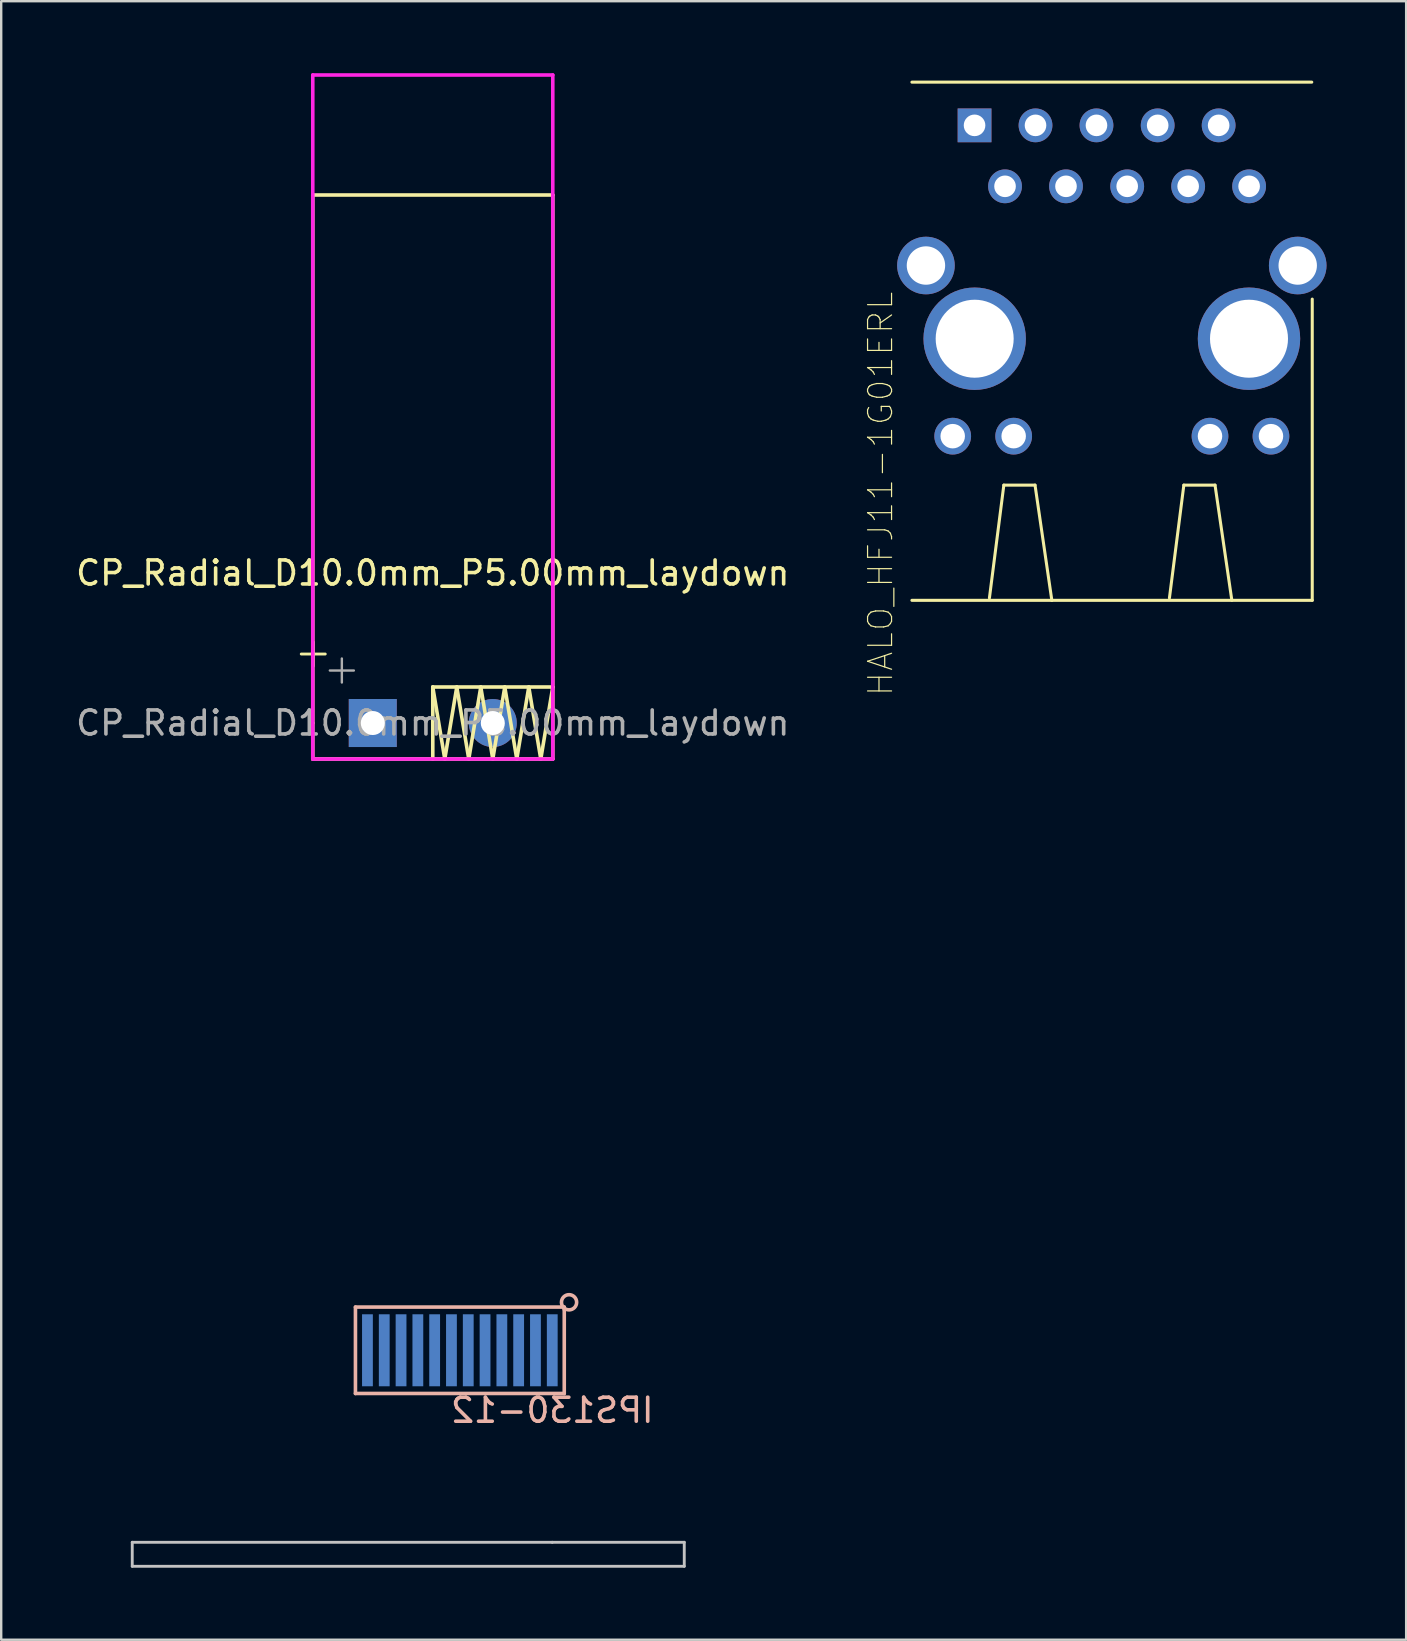
<source format=kicad_pcb>
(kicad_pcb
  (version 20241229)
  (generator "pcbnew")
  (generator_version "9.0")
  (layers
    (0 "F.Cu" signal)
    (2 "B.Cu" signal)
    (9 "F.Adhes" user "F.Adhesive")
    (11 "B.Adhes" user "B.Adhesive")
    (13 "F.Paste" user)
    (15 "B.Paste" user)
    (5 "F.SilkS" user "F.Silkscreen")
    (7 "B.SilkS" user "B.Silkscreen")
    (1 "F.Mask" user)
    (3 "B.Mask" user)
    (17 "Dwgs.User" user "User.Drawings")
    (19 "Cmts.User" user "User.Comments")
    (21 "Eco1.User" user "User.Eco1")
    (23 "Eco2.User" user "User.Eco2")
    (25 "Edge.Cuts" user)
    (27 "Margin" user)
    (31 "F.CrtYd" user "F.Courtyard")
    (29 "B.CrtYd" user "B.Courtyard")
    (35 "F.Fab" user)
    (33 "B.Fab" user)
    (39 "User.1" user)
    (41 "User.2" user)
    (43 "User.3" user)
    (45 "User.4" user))
  (footprint "IPS130-12"
    (layer "F.Cu")
    (at 19.96 51.71)
    (property "Reference" "IPS130-12" (at 0 4 0) (layer "B.SilkS") (effects (font (size 1 1) (thickness 0.15)) (justify mirror)))
    (attr through_hole)
    (fp_line (start -19.9 -20) (end -19.9 10) (stroke (width 0.12) (type solid)) (layer "F.Mask"))
    (fp_line (start -19.9 10) (end -17.5 10) (stroke (width 0.12) (type solid)) (layer "F.Mask"))
    (fp_line (start -17.5 10) (end -17.5 10.5) (stroke (width 0.12) (type solid)) (layer "F.Mask"))
    (fp_line (start -17.5 10.5) (end 5.5 10.5) (stroke (width 0.12) (type solid)) (layer "F.Mask"))
    (fp_line (start 5.5 10) (end 6 10) (stroke (width 0.12) (type solid)) (layer "F.Mask"))
    (fp_line (start 5.5 10.5) (end 5.5 10) (stroke (width 0.12) (type solid)) (layer "F.Mask"))
    (fp_line (start 6 -20) (end -19.9 -20) (stroke (width 0.12) (type solid)) (layer "F.Mask"))
    (fp_line (start 6 10) (end 6 -20) (stroke (width 0.12) (type solid)) (layer "F.Mask"))
    (fp_line (start -8.2 -0.3) (end -8.2 3.3) (stroke (width 0.15) (type solid)) (layer "B.SilkS"))
    (fp_line (start -8.2 3.3) (end 0.5 3.3) (stroke (width 0.15) (type solid)) (layer "B.SilkS"))
    (fp_line (start 0.5 -0.3) (end -8.2 -0.3) (stroke (width 0.15) (type solid)) (layer "B.SilkS"))
    (fp_line (start 0.5 -0.2) (end 0.5 -0.3) (stroke (width 0.15) (type solid)) (layer "B.SilkS"))
    (fp_line (start 0.5 3.3) (end 0.5 -0.2) (stroke (width 0.15) (type solid)) (layer "B.SilkS"))
    (fp_circle (center 0.7 -0.5) (end 0.8 -0.8) (stroke (width 0.15) (type solid)) (fill no) (layer "B.SilkS"))
    (fp_line (start -17.5 9.5) (end 0 9.5) (stroke (width 0.12) (type solid)) (layer "Dwgs.User"))
    (fp_line (start -17.5 10.5) (end -17.5 9.5) (stroke (width 0.12) (type solid)) (layer "Dwgs.User"))
    (fp_line (start 0 9.5) (end 5.5 9.5) (stroke (width 0.12) (type solid)) (layer "Dwgs.User"))
    (fp_line (start 5.5 9.5) (end 5.5 10.5) (stroke (width 0.12) (type solid)) (layer "Dwgs.User"))
    (fp_line (start 5.5 10.5) (end -17.5 10.5) (stroke (width 0.12) (type solid)) (layer "Dwgs.User"))
    (pad "1" smd rect (at 0 1.5 180) (size 0.45 3) (layers "B.Cu" "B.Mask" "B.Paste"))
    (pad "2" smd rect (at -0.7 1.5) (size 0.45 3) (layers "B.Cu" "B.Mask" "B.Paste"))
    (pad "3" smd rect (at -1.4 1.5) (size 0.45 3) (layers "B.Cu" "B.Mask" "B.Paste"))
    (pad "4" smd rect (at -2.1 1.5) (size 0.45 3) (layers "B.Cu" "B.Mask" "B.Paste"))
    (pad "5" smd rect (at -2.8 1.5) (size 0.45 3) (layers "B.Cu" "B.Mask" "B.Paste"))
    (pad "6" smd rect (at -3.5 1.5) (size 0.45 3) (layers "B.Cu" "B.Mask" "B.Paste"))
    (pad "7" smd rect (at -4.2 1.5) (size 0.45 3) (layers "B.Cu" "B.Mask" "B.Paste"))
    (pad "8" smd rect (at -4.9 1.5) (size 0.45 3) (layers "B.Cu" "B.Mask" "B.Paste"))
    (pad "9" smd rect (at -5.6 1.5) (size 0.45 3) (layers "B.Cu" "B.Mask" "B.Paste"))
    (pad "10" smd rect (at -6.3 1.5) (size 0.45 3) (layers "B.Cu" "B.Mask" "B.Paste"))
    (pad "11" smd rect (at -7 1.5) (size 0.45 3) (layers "B.Cu" "B.Mask" "B.Paste"))
    (pad "12" smd rect (at -7.7 1.5) (size 0.45 3) (layers "B.Cu" "B.Mask" "B.Paste")))
  (footprint "CP_Radial_D10.0mm_P5.00mm_laydown"
    (layer "F.Cu")
    (at 12.482 27.075)
    (property "Reference" "CP_Radial_D10.0mm_P5.00mm_laydown" (at 2.5 -6.25 0) (layer "F.SilkS") (effects (font (size 1 1) (thickness 0.15))))
    (attr through_hole)
    (fp_line (start -2.98 -2.875) (end -1.98 -2.875) (stroke (width 0.12) (type solid)) (layer "F.SilkS"))
    (fp_line (start -2.5 0) (end -2.5 -22) (stroke (width 0.15) (type solid)) (layer "F.SilkS"))
    (fp_line (start -2.5 0) (end -2.5 1.5) (stroke (width 0.15) (type solid)) (layer "F.SilkS"))
    (fp_line (start -2.5 1.5) (end 2.5 1.5) (stroke (width 0.15) (type solid)) (layer "F.SilkS"))
    (fp_line (start -2.48 -3.375) (end -2.48 -2.375) (stroke (width 0.12) (type solid)) (layer "F.SilkS"))
    (fp_line (start 2.5 -1.5) (end 3 1.5) (stroke (width 0.15) (type solid)) (layer "F.SilkS"))
    (fp_line (start 2.5 -1.5) (end 7.5 -1.5) (stroke (width 0.15) (type solid)) (layer "F.SilkS"))
    (fp_line (start 2.5 1.5) (end 2.5 -1.5) (stroke (width 0.15) (type solid)) (layer "F.SilkS"))
    (fp_line (start 3 1.5) (end 3.5 -1.5) (stroke (width 0.15) (type solid)) (layer "F.SilkS"))
    (fp_line (start 3.5 -1.5) (end 4 1.5) (stroke (width 0.15) (type solid)) (layer "F.SilkS"))
    (fp_line (start 4 1.5) (end 4.5 -1.5) (stroke (width 0.15) (type solid)) (layer "F.SilkS"))
    (fp_line (start 4.5 -1.5) (end 5 1.5) (stroke (width 0.15) (type solid)) (layer "F.SilkS"))
    (fp_line (start 5 1.5) (end 5.5 -1.5) (stroke (width 0.15) (type solid)) (layer "F.SilkS"))
    (fp_line (start 5.5 -1.5) (end 6 1.5) (stroke (width 0.15) (type solid)) (layer "F.SilkS"))
    (fp_line (start 6 1.5) (end 6.5 -1.5) (stroke (width 0.15) (type solid)) (layer "F.SilkS"))
    (fp_line (start 6.5 -1.5) (end 7 1.5) (stroke (width 0.15) (type solid)) (layer "F.SilkS"))
    (fp_line (start 7 1.5) (end 7.5 -1.5) (stroke (width 0.15) (type solid)) (layer "F.SilkS"))
    (fp_line (start 7.5 -22) (end -2.5 -22) (stroke (width 0.15) (type solid)) (layer "F.SilkS"))
    (fp_line (start 7.5 -22) (end 7.5 -1.5) (stroke (width 0.15) (type solid)) (layer "F.SilkS"))
    (fp_line (start 7.5 -1.5) (end 7.5 1.5) (stroke (width 0.15) (type solid)) (layer "F.SilkS"))
    (fp_line (start 7.5 1.5) (end 2.5 1.5) (stroke (width 0.15) (type solid)) (layer "F.SilkS"))
    (fp_line (start -2.5 -27) (end 7.5 -27) (stroke (width 0.15) (type solid)) (layer "F.CrtYd"))
    (fp_line (start -2.5 1.5) (end -2.5 -27) (stroke (width 0.15) (type solid)) (layer "F.CrtYd"))
    (fp_line (start 7.5 -27) (end 7.5 1.5) (stroke (width 0.15) (type solid)) (layer "F.CrtYd"))
    (fp_line (start 7.5 1.5) (end -2.5 1.5) (stroke (width 0.15) (type solid)) (layer "F.CrtYd"))
    (fp_line (start -1.789 -2.188) (end -0.789 -2.188) (stroke (width 0.1) (type solid)) (layer "F.Fab"))
    (fp_line (start -1.289 -2.688) (end -1.289 -1.688) (stroke (width 0.1) (type solid)) (layer "F.Fab"))
    (fp_text user "${REFERENCE}" (at 2.5 0 0) (layer "F.Fab") (effects (font (size 1 1) (thickness 0.15))))
    (pad "1" thru_hole rect (at 0 0) (size 2 2) (drill 1) (layers "*.Cu" "*.Mask"))
    (pad "2" thru_hole circle (at 5 0) (size 2 2) (drill 1) (layers "*.Cu" "*.Mask")))
  (footprint "HALO_HFJ11-1G01ERL"
    (layer "F.Cu")
    (at 43.275 11.063)
    (property "Reference" "HALO_HFJ11-1G01ERL" (at -9.638 6.462 90) (layer "F.SilkS") (effects (font (size 1 1) (thickness 0.05))))
    (attr through_hole)
    (fp_line (start -8.33 -10.69) (end 8.33 -10.69) (stroke (width 0.127) (type solid)) (layer "F.SilkS"))
    (fp_line (start -8.33 10.9) (end -2.5 10.9) (stroke (width 0.127) (type solid)) (layer "F.SilkS"))
    (fp_line (start -5.1 10.8) (end -4.5 6.1) (stroke (width 0.127) (type solid)) (layer "F.SilkS"))
    (fp_line (start -4.5 6.1) (end -3.2 6.1) (stroke (width 0.127) (type solid)) (layer "F.SilkS"))
    (fp_line (start -3.2 6.1) (end -2.5 10.9) (stroke (width 0.127) (type solid)) (layer "F.SilkS"))
    (fp_line (start -2.5 10.9) (end 8.35 10.9) (stroke (width 0.127) (type solid)) (layer "F.SilkS"))
    (fp_line (start 2.4 10.8) (end 3 6.1) (stroke (width 0.127) (type solid)) (layer "F.SilkS"))
    (fp_line (start 3 6.1) (end 4.3 6.1) (stroke (width 0.127) (type solid)) (layer "F.SilkS"))
    (fp_line (start 4.3 6.1) (end 5 10.9) (stroke (width 0.127) (type solid)) (layer "F.SilkS"))
    (fp_line (start 8.35 10.9) (end 8.35 -1.65) (stroke (width 0.127) (type solid)) (layer "F.SilkS"))
    (fp_line (start -9.3 -4.6) (end -9.3 -1.9) (stroke (width 0.127) (type solid)) (layer "Eco1.User"))
    (fp_line (start -9.3 -1.9) (end -8.8 -1.9) (stroke (width 0.127) (type solid)) (layer "Eco1.User"))
    (fp_line (start -8.8 -1.9) (end -8.8 11.3) (stroke (width 0.127) (type solid)) (layer "Eco1.User"))
    (fp_line (start -8.8 11.3) (end 8.7 11.3) (stroke (width 0.127) (type solid)) (layer "Eco1.User"))
    (fp_line (start -8.7 -11) (end -8.7 -4.6) (stroke (width 0.127) (type solid)) (layer "Eco1.User"))
    (fp_line (start -8.7 -11) (end 8.6 -11) (stroke (width 0.127) (type solid)) (layer "Eco1.User"))
    (fp_line (start -8.7 -4.6) (end -9.3 -4.6) (stroke (width 0.127) (type solid)) (layer "Eco1.User"))
    (fp_line (start 8.6 -11) (end 8.6 -4.8) (stroke (width 0.127) (type solid)) (layer "Eco1.User"))
    (fp_line (start 8.6 -4.8) (end 9.2 -4.8) (stroke (width 0.127) (type solid)) (layer "Eco1.User"))
    (fp_line (start 8.7 -1.8) (end 9.2 -1.8) (stroke (width 0.127) (type solid)) (layer "Eco1.User"))
    (fp_line (start 8.7 11.3) (end 8.7 -1.8) (stroke (width 0.127) (type solid)) (layer "Eco1.User"))
    (fp_line (start 9.2 -1.8) (end 9.2 -4.8) (stroke (width 0.127) (type solid)) (layer "Eco1.User"))
    (pad "1" thru_hole rect (at -5.72 -8.89) (size 1.408 1.408) (drill 0.9) (layers "*.Cu" "*.Mask"))
    (pad "2" thru_hole circle (at -4.45 -6.35) (size 1.408 1.408) (drill 0.9) (layers "*.Cu" "*.Mask"))
    (pad "3" thru_hole circle (at -3.18 -8.89) (size 1.408 1.408) (drill 0.9) (layers "*.Cu" "*.Mask"))
    (pad "4" thru_hole circle (at -1.91 -6.35) (size 1.408 1.408) (drill 0.9) (layers "*.Cu" "*.Mask"))
    (pad "5" thru_hole circle (at -0.64 -8.89) (size 1.408 1.408) (drill 0.9) (layers "*.Cu" "*.Mask"))
    (pad "6" thru_hole circle (at 0.64 -6.35) (size 1.408 1.408) (drill 0.9) (layers "*.Cu" "*.Mask"))
    (pad "7" thru_hole circle (at 1.91 -8.89) (size 1.408 1.408) (drill 0.9) (layers "*.Cu" "*.Mask"))
    (pad "8" thru_hole circle (at 3.18 -6.35) (size 1.408 1.408) (drill 0.9) (layers "*.Cu" "*.Mask"))
    (pad "9" thru_hole circle (at 4.45 -8.89) (size 1.408 1.408) (drill 0.9) (layers "*.Cu" "*.Mask"))
    (pad "10" thru_hole circle (at 5.72 -6.35) (size 1.408 1.408) (drill 0.9) (layers "*.Cu" "*.Mask"))
    (pad "11" thru_hole circle (at -6.63 4.06) (size 1.53 1.53) (drill 1.02) (layers "*.Cu" "*.Mask"))
    (pad "12" thru_hole circle (at -4.09 4.06) (size 1.53 1.53) (drill 1.02) (layers "*.Cu" "*.Mask"))
    (pad "13" thru_hole circle (at 4.09 4.06) (size 1.53 1.53) (drill 1.02) (layers "*.Cu" "*.Mask"))
    (pad "14" thru_hole circle (at 6.63 4.06) (size 1.53 1.53) (drill 1.02) (layers "*.Cu" "*.Mask"))
    (pad "P$15" thru_hole circle (at -5.715 0) (size 4.266 4.266) (drill 3.25) (layers "*.Cu" "*.Mask"))
    (pad "P$16" thru_hole circle (at 5.715 0) (size 4.266 4.266) (drill 3.25) (layers "*.Cu" "*.Mask"))
    (pad "P$17" thru_hole circle (at -7.745 -3.05) (size 2.4 2.4) (drill 1.6) (layers "*.Cu" "*.Mask"))
    (pad "P$18" thru_hole circle (at 7.745 -3.05) (size 2.4 2.4) (drill 1.6) (layers "*.Cu" "*.Mask")))
  (gr_rect
    (start -3 -3)
    (end 55.538 65.27)
    (stroke (width 0.1) (type default))
    (fill no)
    (layer "Edge.Cuts")))
</source>
